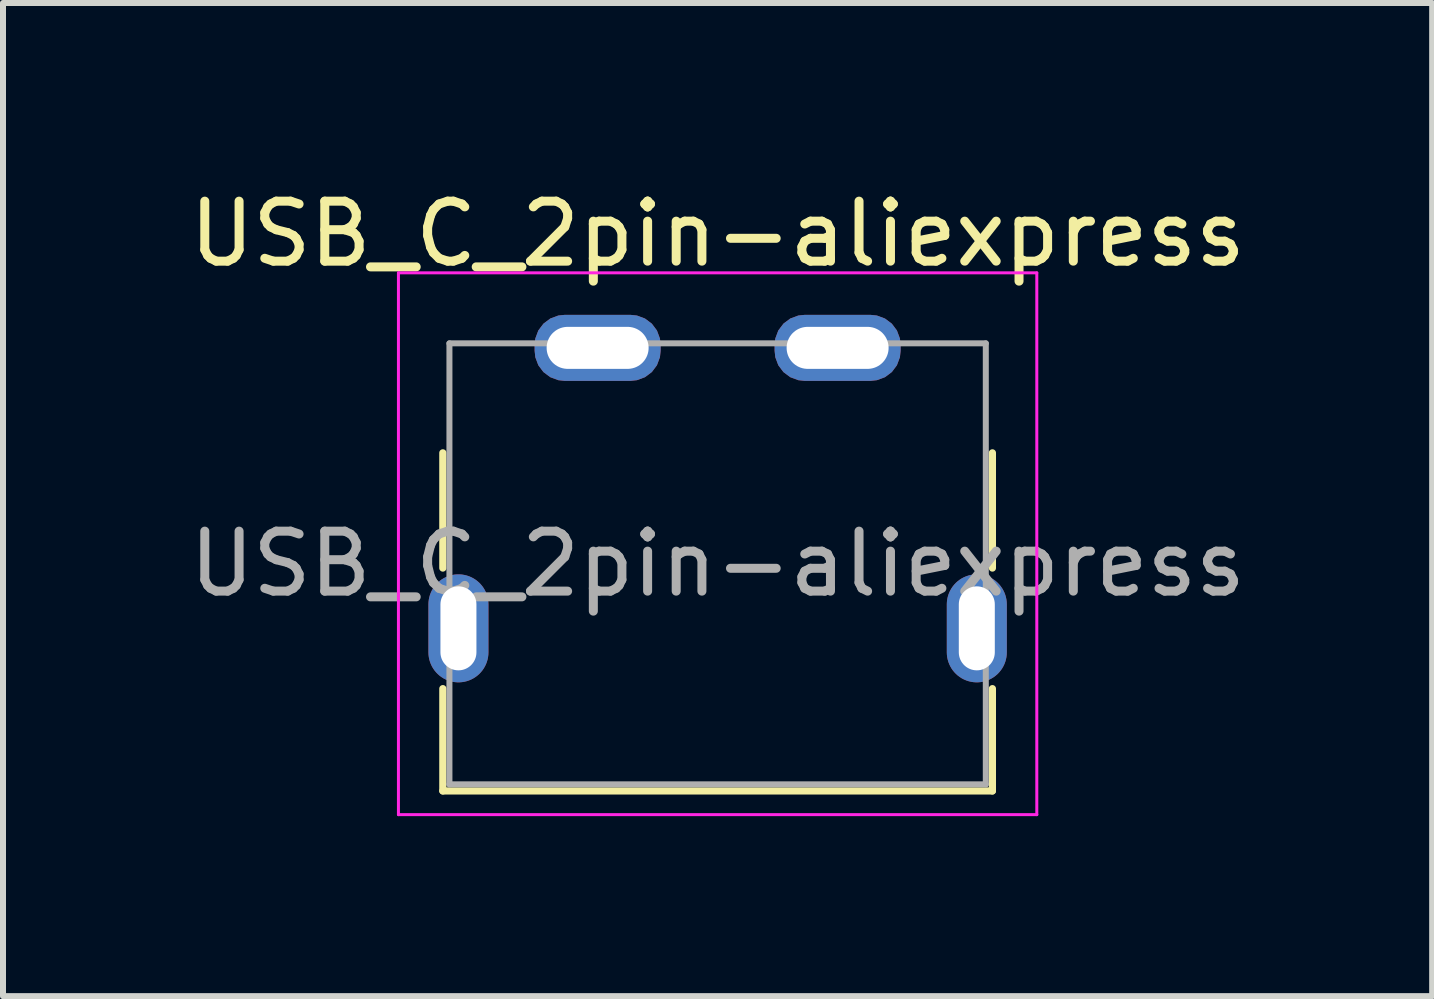
<source format=kicad_pcb>
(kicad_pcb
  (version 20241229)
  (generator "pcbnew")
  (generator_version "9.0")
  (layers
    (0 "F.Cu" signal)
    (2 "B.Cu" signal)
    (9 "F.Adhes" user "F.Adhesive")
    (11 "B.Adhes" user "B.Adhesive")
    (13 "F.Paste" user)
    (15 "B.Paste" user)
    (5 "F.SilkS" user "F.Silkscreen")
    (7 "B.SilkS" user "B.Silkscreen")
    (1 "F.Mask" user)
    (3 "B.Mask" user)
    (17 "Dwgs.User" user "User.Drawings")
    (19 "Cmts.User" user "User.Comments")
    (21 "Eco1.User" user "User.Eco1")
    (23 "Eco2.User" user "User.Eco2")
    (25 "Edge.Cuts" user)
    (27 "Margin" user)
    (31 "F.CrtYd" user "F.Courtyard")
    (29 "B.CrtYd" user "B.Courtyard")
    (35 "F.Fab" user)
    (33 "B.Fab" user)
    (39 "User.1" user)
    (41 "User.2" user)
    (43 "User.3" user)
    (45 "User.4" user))
  (footprint "USB_C_2pin-aliexpress"
    (layer "F.Cu")
    (at 8.911 6.348)
    (property "Reference" "USB_C_2pin-aliexpress" (at 0 -5.5 180) (layer "F.SilkS") (effects (font (size 1 1) (thickness 0.15))))
    (attr smd)
    (fp_line (start -4.58 -1.85) (end -4.58 0.07) (stroke (width 0.12) (type solid)) (layer "F.SilkS"))
    (fp_line (start -4.58 3.785) (end -4.58 2.08) (stroke (width 0.12) (type solid)) (layer "F.SilkS"))
    (fp_line (start 4.58 0.07) (end 4.58 -1.85) (stroke (width 0.12) (type solid)) (layer "F.SilkS"))
    (fp_line (start 4.58 2.08) (end 4.58 3.785) (stroke (width 0.12) (type solid)) (layer "F.SilkS"))
    (fp_line (start 4.58 3.785) (end -4.58 3.785) (stroke (width 0.12) (type solid)) (layer "F.SilkS"))
    (fp_line (start -5.32 -4.85) (end 5.32 -4.85) (stroke (width 0.05) (type solid)) (layer "F.CrtYd"))
    (fp_line (start -5.32 4.18) (end -5.32 -4.85) (stroke (width 0.05) (type solid)) (layer "F.CrtYd"))
    (fp_line (start 5.32 -4.85) (end 5.32 4.18) (stroke (width 0.05) (type solid)) (layer "F.CrtYd"))
    (fp_line (start 5.32 4.18) (end -5.32 4.18) (stroke (width 0.05) (type solid)) (layer "F.CrtYd"))
    (fp_line (start -4.47 -3.675) (end -4.47 3.675) (stroke (width 0.1) (type solid)) (layer "F.Fab"))
    (fp_line (start -4.47 -3.675) (end 4.47 -3.675) (stroke (width 0.1) (type solid)) (layer "F.Fab"))
    (fp_line (start -4.47 3.675) (end 4.47 3.675) (stroke (width 0.1) (type solid)) (layer "F.Fab"))
    (fp_line (start 4.47 3.675) (end 4.47 -3.675) (stroke (width 0.1) (type solid)) (layer "F.Fab"))
    (fp_text user "${REFERENCE}" (at 0 0 180) (layer "F.Fab") (effects (font (size 1 1) (thickness 0.15))))
    (pad "A1" thru_hole roundrect (at -2 -3.6) (size 2.1 1.1) (drill oval 1.7 0.7) (layers "*.Cu" "*.Mask") (roundrect_rratio 0.455))
    (pad "A4" thru_hole roundrect (at 2 -3.6) (size 2.1 1.1) (drill oval 1.7 0.7) (layers "*.Cu" "*.Mask") (roundrect_rratio 0.455))
    (pad "S1" thru_hole oval (at -4.32 1.075) (size 1 1.8) (drill oval 0.6 1.4) (layers "*.Cu" "*.Mask"))
    (pad "S1" thru_hole oval (at 4.32 1.075) (size 1 1.8) (drill oval 0.6 1.4) (layers "*.Cu" "*.Mask")))
  (gr_rect
    (start -3 -3)
    (end 20.821 13.553)
    (stroke (width 0.1) (type default))
    (fill no)
    (layer "Edge.Cuts")))
</source>
